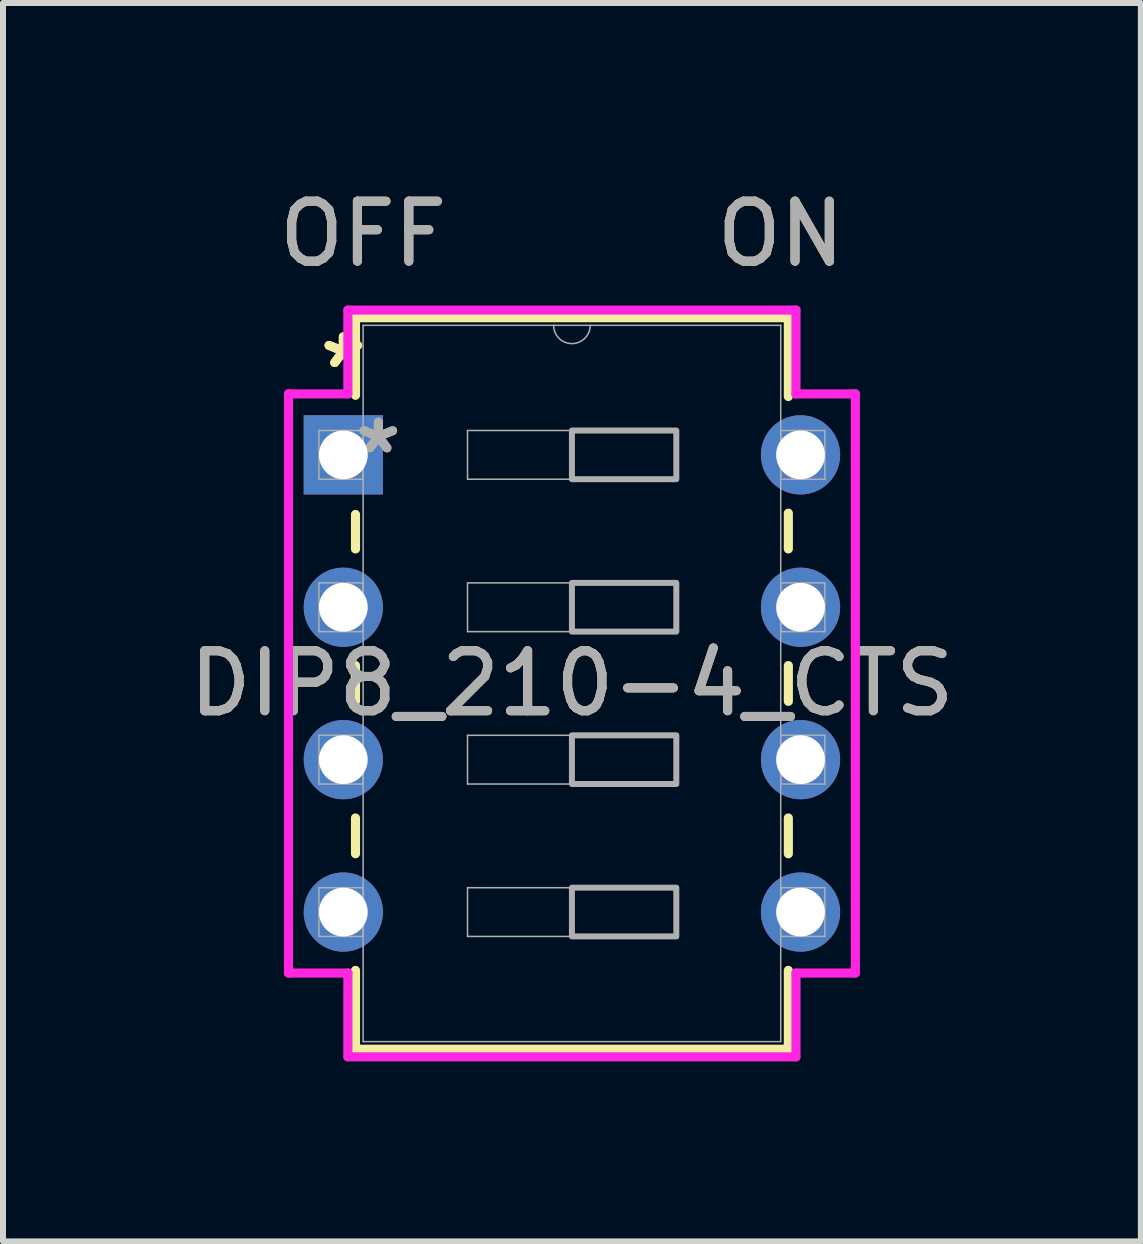
<source format=kicad_pcb>
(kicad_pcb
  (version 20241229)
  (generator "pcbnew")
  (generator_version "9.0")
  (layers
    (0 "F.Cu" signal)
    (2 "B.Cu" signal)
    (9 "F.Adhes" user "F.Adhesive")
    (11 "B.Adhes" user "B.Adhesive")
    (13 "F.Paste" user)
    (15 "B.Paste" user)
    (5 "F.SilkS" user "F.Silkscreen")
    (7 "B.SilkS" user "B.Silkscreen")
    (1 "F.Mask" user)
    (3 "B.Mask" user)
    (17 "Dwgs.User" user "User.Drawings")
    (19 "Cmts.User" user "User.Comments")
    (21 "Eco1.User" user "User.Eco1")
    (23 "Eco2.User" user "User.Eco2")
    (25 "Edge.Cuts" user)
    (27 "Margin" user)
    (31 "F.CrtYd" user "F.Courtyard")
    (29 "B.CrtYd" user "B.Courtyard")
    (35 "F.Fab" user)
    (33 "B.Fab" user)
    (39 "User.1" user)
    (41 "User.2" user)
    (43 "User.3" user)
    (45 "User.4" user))
  (footprint "DIP8_210-4_CTS"
    (layer "F.Cu")
    (at 2.672 4.531)
    (property "Reference" "DIP8_210-4_CTS" (at 3.81 3.81 0) (unlocked yes) (layer "F.SilkS") (effects (font (size 1 1) (thickness 0.15))))
    (attr through_hole)
    (fp_line (start 0.203 -2.286) (end 0.203 -0.993) (stroke (width 0.152) (type solid)) (layer "F.SilkS"))
    (fp_line (start 0.203 0.993) (end 0.203 1.568) (stroke (width 0.152) (type solid)) (layer "F.SilkS"))
    (fp_line (start 0.203 3.512) (end 0.203 4.108) (stroke (width 0.152) (type solid)) (layer "F.SilkS"))
    (fp_line (start 0.203 6.052) (end 0.203 6.648) (stroke (width 0.152) (type solid)) (layer "F.SilkS"))
    (fp_line (start 0.203 8.592) (end 0.203 9.906) (stroke (width 0.152) (type solid)) (layer "F.SilkS"))
    (fp_line (start 0.203 9.906) (end 7.417 9.906) (stroke (width 0.152) (type solid)) (layer "F.SilkS"))
    (fp_line (start 7.417 -2.286) (end 0.203 -2.286) (stroke (width 0.152) (type solid)) (layer "F.SilkS"))
    (fp_line (start 7.417 -0.972) (end 7.417 -2.286) (stroke (width 0.152) (type solid)) (layer "F.SilkS"))
    (fp_line (start 7.417 1.568) (end 7.417 0.972) (stroke (width 0.152) (type solid)) (layer "F.SilkS"))
    (fp_line (start 7.417 4.108) (end 7.417 3.512) (stroke (width 0.152) (type solid)) (layer "F.SilkS"))
    (fp_line (start 7.417 6.648) (end 7.417 6.052) (stroke (width 0.152) (type solid)) (layer "F.SilkS"))
    (fp_line (start 7.417 9.906) (end 7.417 8.592) (stroke (width 0.152) (type solid)) (layer "F.SilkS"))
    (fp_line (start -0.914 -1.016) (end 0.076 -1.016) (stroke (width 0.152) (type solid)) (layer "F.CrtYd"))
    (fp_line (start -0.914 8.636) (end -0.914 -1.016) (stroke (width 0.152) (type solid)) (layer "F.CrtYd"))
    (fp_line (start 0.076 -2.413) (end 7.544 -2.413) (stroke (width 0.152) (type solid)) (layer "F.CrtYd"))
    (fp_line (start 0.076 -1.016) (end 0.076 -2.413) (stroke (width 0.152) (type solid)) (layer "F.CrtYd"))
    (fp_line (start 0.076 8.636) (end -0.914 8.636) (stroke (width 0.152) (type solid)) (layer "F.CrtYd"))
    (fp_line (start 0.076 10.033) (end 0.076 8.636) (stroke (width 0.152) (type solid)) (layer "F.CrtYd"))
    (fp_line (start 7.544 -2.413) (end 7.544 -1.016) (stroke (width 0.152) (type solid)) (layer "F.CrtYd"))
    (fp_line (start 7.544 8.636) (end 7.544 10.033) (stroke (width 0.152) (type solid)) (layer "F.CrtYd"))
    (fp_line (start 7.544 10.033) (end 0.076 10.033) (stroke (width 0.152) (type solid)) (layer "F.CrtYd"))
    (fp_line (start 8.534 -1.016) (end 7.544 -1.016) (stroke (width 0.152) (type solid)) (layer "F.CrtYd"))
    (fp_line (start 8.534 -1.016) (end 8.534 8.636) (stroke (width 0.152) (type solid)) (layer "F.CrtYd"))
    (fp_line (start 8.534 8.636) (end 7.544 8.636) (stroke (width 0.152) (type solid)) (layer "F.CrtYd"))
    (fp_line (start -0.406 -0.406) (end -0.406 0.406) (stroke (width 0.025) (type solid)) (layer "F.Fab"))
    (fp_line (start -0.406 0.406) (end 0.33 0.406) (stroke (width 0.025) (type solid)) (layer "F.Fab"))
    (fp_line (start -0.406 2.134) (end -0.406 2.946) (stroke (width 0.025) (type solid)) (layer "F.Fab"))
    (fp_line (start -0.406 2.946) (end 0.33 2.946) (stroke (width 0.025) (type solid)) (layer "F.Fab"))
    (fp_line (start -0.406 4.674) (end -0.406 5.486) (stroke (width 0.025) (type solid)) (layer "F.Fab"))
    (fp_line (start -0.406 5.486) (end 0.33 5.486) (stroke (width 0.025) (type solid)) (layer "F.Fab"))
    (fp_line (start -0.406 7.214) (end -0.406 8.026) (stroke (width 0.025) (type solid)) (layer "F.Fab"))
    (fp_line (start -0.406 8.026) (end 0.33 8.026) (stroke (width 0.025) (type solid)) (layer "F.Fab"))
    (fp_line (start 0.33 -2.159) (end 0.33 9.779) (stroke (width 0.025) (type solid)) (layer "F.Fab"))
    (fp_line (start 0.33 -0.406) (end -0.406 -0.406) (stroke (width 0.025) (type solid)) (layer "F.Fab"))
    (fp_line (start 0.33 0.406) (end 0.33 -0.406) (stroke (width 0.025) (type solid)) (layer "F.Fab"))
    (fp_line (start 0.33 2.134) (end -0.406 2.134) (stroke (width 0.025) (type solid)) (layer "F.Fab"))
    (fp_line (start 0.33 2.946) (end 0.33 2.134) (stroke (width 0.025) (type solid)) (layer "F.Fab"))
    (fp_line (start 0.33 4.674) (end -0.406 4.674) (stroke (width 0.025) (type solid)) (layer "F.Fab"))
    (fp_line (start 0.33 5.486) (end 0.33 4.674) (stroke (width 0.025) (type solid)) (layer "F.Fab"))
    (fp_line (start 0.33 7.214) (end -0.406 7.214) (stroke (width 0.025) (type solid)) (layer "F.Fab"))
    (fp_line (start 0.33 8.026) (end 0.33 7.214) (stroke (width 0.025) (type solid)) (layer "F.Fab"))
    (fp_line (start 0.33 9.779) (end 7.29 9.779) (stroke (width 0.025) (type solid)) (layer "F.Fab"))
    (fp_line (start 2.07 -0.406) (end 5.55 -0.406) (stroke (width 0.025) (type solid)) (layer "F.Fab"))
    (fp_line (start 2.07 0.406) (end 2.07 -0.406) (stroke (width 0.025) (type solid)) (layer "F.Fab"))
    (fp_line (start 2.07 2.134) (end 5.55 2.134) (stroke (width 0.025) (type solid)) (layer "F.Fab"))
    (fp_line (start 2.07 2.946) (end 2.07 2.134) (stroke (width 0.025) (type solid)) (layer "F.Fab"))
    (fp_line (start 2.07 4.674) (end 5.55 4.674) (stroke (width 0.025) (type solid)) (layer "F.Fab"))
    (fp_line (start 2.07 5.486) (end 2.07 4.674) (stroke (width 0.025) (type solid)) (layer "F.Fab"))
    (fp_line (start 2.07 7.214) (end 5.55 7.214) (stroke (width 0.025) (type solid)) (layer "F.Fab"))
    (fp_line (start 2.07 8.026) (end 2.07 7.214) (stroke (width 0.025) (type solid)) (layer "F.Fab"))
    (fp_line (start 5.55 -0.406) (end 5.55 0.406) (stroke (width 0.025) (type solid)) (layer "F.Fab"))
    (fp_line (start 5.55 0.406) (end 2.07 0.406) (stroke (width 0.025) (type solid)) (layer "F.Fab"))
    (fp_line (start 5.55 2.134) (end 5.55 2.946) (stroke (width 0.025) (type solid)) (layer "F.Fab"))
    (fp_line (start 5.55 2.946) (end 2.07 2.946) (stroke (width 0.025) (type solid)) (layer "F.Fab"))
    (fp_line (start 5.55 4.674) (end 5.55 5.486) (stroke (width 0.025) (type solid)) (layer "F.Fab"))
    (fp_line (start 5.55 5.486) (end 2.07 5.486) (stroke (width 0.025) (type solid)) (layer "F.Fab"))
    (fp_line (start 5.55 7.214) (end 5.55 8.026) (stroke (width 0.025) (type solid)) (layer "F.Fab"))
    (fp_line (start 5.55 8.026) (end 2.07 8.026) (stroke (width 0.025) (type solid)) (layer "F.Fab"))
    (fp_line (start 7.29 -2.159) (end 0.33 -2.159) (stroke (width 0.025) (type solid)) (layer "F.Fab"))
    (fp_line (start 7.29 -0.406) (end 7.29 0.406) (stroke (width 0.025) (type solid)) (layer "F.Fab"))
    (fp_line (start 7.29 0.406) (end 8.026 0.406) (stroke (width 0.025) (type solid)) (layer "F.Fab"))
    (fp_line (start 7.29 2.134) (end 7.29 2.946) (stroke (width 0.025) (type solid)) (layer "F.Fab"))
    (fp_line (start 7.29 2.946) (end 8.026 2.946) (stroke (width 0.025) (type solid)) (layer "F.Fab"))
    (fp_line (start 7.29 4.674) (end 7.29 5.486) (stroke (width 0.025) (type solid)) (layer "F.Fab"))
    (fp_line (start 7.29 5.486) (end 8.026 5.486) (stroke (width 0.025) (type solid)) (layer "F.Fab"))
    (fp_line (start 7.29 7.214) (end 7.29 8.026) (stroke (width 0.025) (type solid)) (layer "F.Fab"))
    (fp_line (start 7.29 8.026) (end 8.026 8.026) (stroke (width 0.025) (type solid)) (layer "F.Fab"))
    (fp_line (start 7.29 9.779) (end 7.29 -2.159) (stroke (width 0.025) (type solid)) (layer "F.Fab"))
    (fp_line (start 8.026 -0.406) (end 7.29 -0.406) (stroke (width 0.025) (type solid)) (layer "F.Fab"))
    (fp_line (start 8.026 0.406) (end 8.026 -0.406) (stroke (width 0.025) (type solid)) (layer "F.Fab"))
    (fp_line (start 8.026 2.134) (end 7.29 2.134) (stroke (width 0.025) (type solid)) (layer "F.Fab"))
    (fp_line (start 8.026 2.946) (end 8.026 2.134) (stroke (width 0.025) (type solid)) (layer "F.Fab"))
    (fp_line (start 8.026 4.674) (end 7.29 4.674) (stroke (width 0.025) (type solid)) (layer "F.Fab"))
    (fp_line (start 8.026 5.486) (end 8.026 4.674) (stroke (width 0.025) (type solid)) (layer "F.Fab"))
    (fp_line (start 8.026 7.214) (end 7.29 7.214) (stroke (width 0.025) (type solid)) (layer "F.Fab"))
    (fp_line (start 8.026 8.026) (end 8.026 7.214) (stroke (width 0.025) (type solid)) (layer "F.Fab"))
    (fp_arc (start 4.1148 -2.159) (mid 3.81 -1.8542) (end 3.5052 -2.159) (stroke (width 0.0254) (type solid)) (layer "F.Fab"))
    (fp_poly (pts (xy 3.81 -0.406) (xy 5.55 -0.406) (xy 5.55 0.406) (xy 3.81 0.406)) (stroke (width 0.1) (type solid)) (fill no) (layer "F.Fab"))
    (fp_poly (pts (xy 3.81 2.134) (xy 5.55 2.134) (xy 5.55 2.946) (xy 3.81 2.946)) (stroke (width 0.1) (type solid)) (fill no) (layer "F.Fab"))
    (fp_poly (pts (xy 3.81 4.674) (xy 5.55 4.674) (xy 5.55 5.486) (xy 3.81 5.486)) (stroke (width 0.1) (type solid)) (fill no) (layer "F.Fab"))
    (fp_poly (pts (xy 3.81 7.214) (xy 5.55 7.214) (xy 5.55 8.026) (xy 3.81 8.026)) (stroke (width 0.1) (type solid)) (fill no) (layer "F.Fab"))
    (fp_text user "ON" (at 7.29 -3.683 0) (unlocked yes) (layer "F.SilkS") (effects (font (size 1 1) (thickness 0.15))))
    (fp_text user "OFF" (at 0.33 -3.683 0) (unlocked yes) (layer "F.SilkS") (effects (font (size 1 1) (thickness 0.15))))
    (fp_text user "*" (at 0 -1.422 0) (unlocked yes) (layer "F.SilkS") (effects (font (size 1 1) (thickness 0.15))))
    (fp_text user "*" (at 0 -1.422 0) (layer "F.SilkS") (effects (font (size 1 1) (thickness 0.15))))
    (fp_text user "OFF" (at 0.33 -3.683 0) (unlocked yes) (layer "F.Fab") (effects (font (size 1 1) (thickness 0.15))))
    (fp_text user "*" (at 0.584 0 0) (layer "F.Fab") (effects (font (size 1 1) (thickness 0.15))))
    (fp_text user "*" (at 0.584 0 0) (unlocked yes) (layer "F.Fab") (effects (font (size 1 1) (thickness 0.15))))
    (fp_text user "ON" (at 7.29 -3.683 0) (unlocked yes) (layer "F.Fab") (effects (font (size 1 1) (thickness 0.15))))
    (fp_text user "${REFERENCE}" (at 3.81 3.81 0) (unlocked yes) (layer "F.Fab") (effects (font (size 1 1) (thickness 0.15))))
    (pad "1" thru_hole rect (at 0 0) (size 1.321 1.321) (drill 0.813) (layers "*.Cu" "*.Mask"))
    (pad "2" thru_hole circle (at 0 2.54) (size 1.321 1.321) (drill 0.813) (layers "*.Cu" "*.Mask"))
    (pad "3" thru_hole circle (at 0 5.08) (size 1.321 1.321) (drill 0.813) (layers "*.Cu" "*.Mask"))
    (pad "4" thru_hole circle (at 0 7.62) (size 1.321 1.321) (drill 0.813) (layers "*.Cu" "*.Mask"))
    (pad "5" thru_hole circle (at 7.62 7.62) (size 1.321 1.321) (drill 0.813) (layers "*.Cu" "*.Mask"))
    (pad "6" thru_hole circle (at 7.62 5.08) (size 1.321 1.321) (drill 0.813) (layers "*.Cu" "*.Mask"))
    (pad "7" thru_hole circle (at 7.62 2.54) (size 1.321 1.321) (drill 0.813) (layers "*.Cu" "*.Mask"))
    (pad "8" thru_hole circle (at 7.62 0) (size 1.321 1.321) (drill 0.813) (layers "*.Cu" "*.Mask")))
  (gr_rect
    (start -3 -3)
    (end 15.964 17.64)
    (stroke (width 0.1) (type default))
    (fill no)
    (layer "Edge.Cuts")))
</source>
